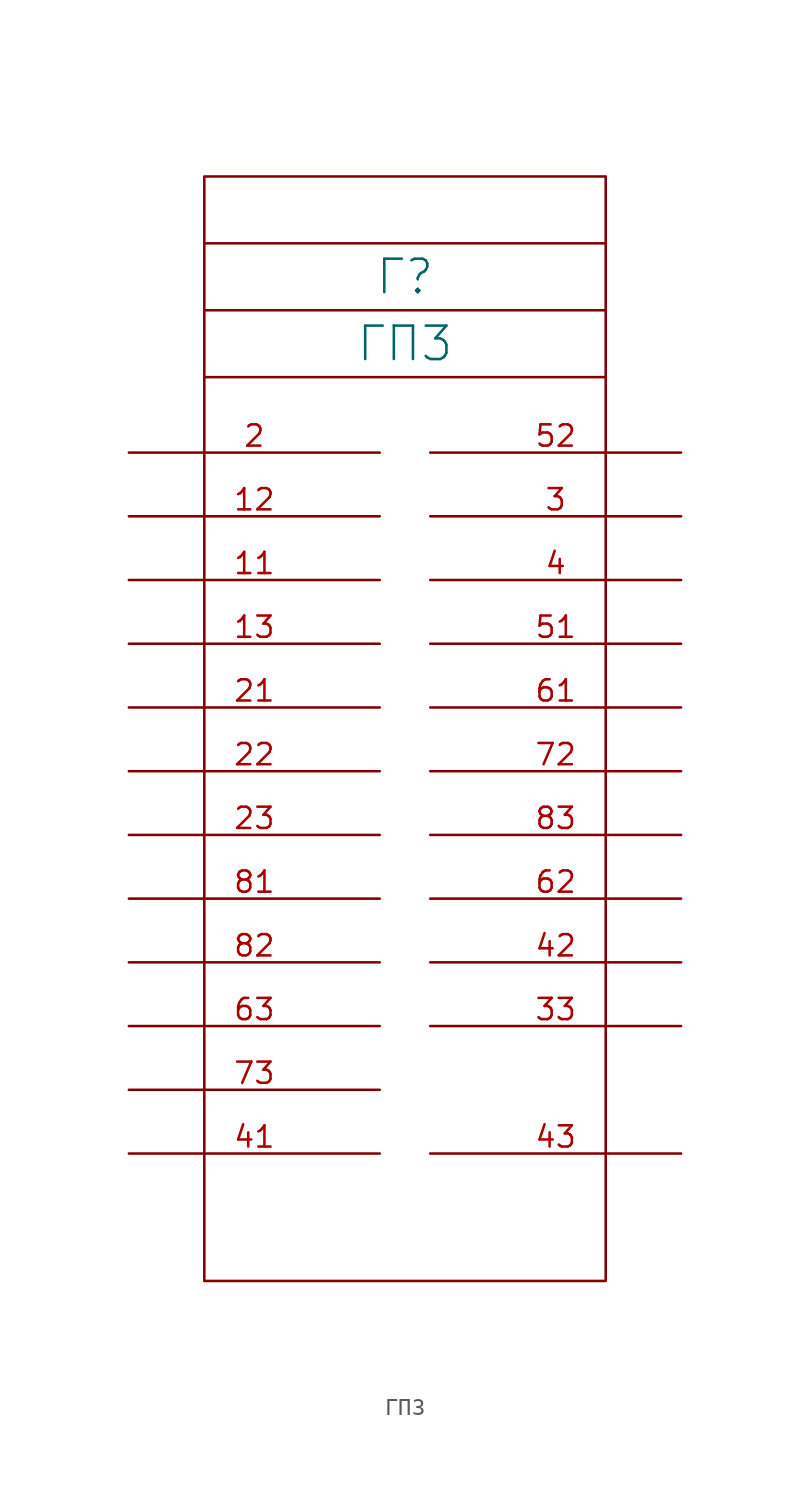
<source format=kicad_sym>
(kicad_symbol_lib
  (version 20231120)
  (generator "kicad_symbol_editor")
  (generator_version "8.0")
  (symbol "ГП3"
    (pin_names
      (offset 0) hide)
    (property "Reference" "Г"
      (at 0 10.51 0)
      (do_not_autoplace)
      (effects (font (size 2 2))))
    (property "Value" "ГП3"
      (at 0 6.51 0)
      (do_not_autoplace)
      (effects (font (size 2 2))))
    (symbol "ГП3_0_1"
      (rectangle (start -12 16.51) (end 12 -49.53) (stroke (width 0) (type default)) (fill (type none)))
      (polyline (pts (xy 12 4.51) (xy -12 4.51)) (stroke (width 0) (type default)) (fill (type none)))
      (polyline (pts (xy 12 8.51) (xy -12 8.51)) (stroke (width 0) (type default)) (fill (type none)))
      (polyline (pts (xy 12 12.51) (xy -12 12.51)) (stroke (width 0) (type default)) (fill (type none))))
    (symbol "ГП3_1_1"
      (pin bidirectional line (at -16.51 -7.62 0) (length 15) (name "" (effects (font (size 1.27 1.27)))) (number "11" (effects (font (size 1.27 1.27)))))
      (pin bidirectional line (at -16.51 -3.81 0) (length 15) (name "" (effects (font (size 1.27 1.27)))) (number "12" (effects (font (size 1.27 1.27)))))
      (pin bidirectional line (at -16.51 -11.43 0) (length 15) (name "" (effects (font (size 1.27 1.27)))) (number "13" (effects (font (size 1.27 1.27)))))
      (pin bidirectional line (at -16.51 0 0) (length 15) (name "" (effects (font (size 1.27 1.27)))) (number "2" (effects (font (size 1.27 1.27)))))
      (pin bidirectional line (at -16.51 -15.24 0) (length 15) (name "" (effects (font (size 1.27 1.27)))) (number "21" (effects (font (size 1.27 1.27)))))
      (pin bidirectional line (at -16.51 -19.05 0) (length 15) (name "" (effects (font (size 1.27 1.27)))) (number "22" (effects (font (size 1.27 1.27)))))
      (pin bidirectional line (at -16.51 -22.86 0) (length 15) (name "" (effects (font (size 1.27 1.27)))) (number "23" (effects (font (size 1.27 1.27)))))
      (pin bidirectional line (at 16.51 -3.81 180) (length 15) (name "" (effects (font (size 1.27 1.27)))) (number "3" (effects (font (size 1.27 1.27)))))
      (pin bidirectional line (at 16.51 -34.29 180) (length 15) (name "" (effects (font (size 1.27 1.27)))) (number "33" (effects (font (size 1.27 1.27)))))
      (pin bidirectional line (at 16.51 -7.62 180) (length 15) (name "" (effects (font (size 1.27 1.27)))) (number "4" (effects (font (size 1.27 1.27)))))
      (pin bidirectional line (at -16.51 -41.91 0) (length 15) (name "" (effects (font (size 1.27 1.27)))) (number "41" (effects (font (size 1.27 1.27)))))
      (pin bidirectional line (at 16.51 -30.48 180) (length 15) (name "" (effects (font (size 1.27 1.27)))) (number "42" (effects (font (size 1.27 1.27)))))
      (pin bidirectional line (at 16.51 -41.91 180) (length 15) (name "" (effects (font (size 1.27 1.27)))) (number "43" (effects (font (size 1.27 1.27)))))
      (pin bidirectional line (at 16.51 -11.43 180) (length 15) (name "" (effects (font (size 1.27 1.27)))) (number "51" (effects (font (size 1.27 1.27)))))
      (pin bidirectional line (at 16.51 0 180) (length 15) (name "" (effects (font (size 1.27 1.27)))) (number "52" (effects (font (size 1.27 1.27)))))
      (pin bidirectional line (at 16.51 -15.24 180) (length 15) (name "" (effects (font (size 1.27 1.27)))) (number "61" (effects (font (size 1.27 1.27)))))
      (pin bidirectional line (at 16.51 -26.67 180) (length 15) (name "" (effects (font (size 1.27 1.27)))) (number "62" (effects (font (size 1.27 1.27)))))
      (pin bidirectional line (at -16.51 -34.29 0) (length 15) (name "" (effects (font (size 1.27 1.27)))) (number "63" (effects (font (size 1.27 1.27)))))
      (pin bidirectional line (at 16.51 -19.05 180) (length 15) (name "" (effects (font (size 1.27 1.27)))) (number "72" (effects (font (size 1.27 1.27)))))
      (pin bidirectional line (at -16.51 -38.1 0) (length 15) (name "" (effects (font (size 1.27 1.27)))) (number "73" (effects (font (size 1.27 1.27)))))
      (pin bidirectional line (at -16.51 -26.67 0) (length 15) (name "" (effects (font (size 1.27 1.27)))) (number "81" (effects (font (size 1.27 1.27)))))
      (pin bidirectional line (at -16.51 -30.48 0) (length 15) (name "" (effects (font (size 1.27 1.27)))) (number "82" (effects (font (size 1.27 1.27)))))
      (pin bidirectional line (at 16.51 -22.86 180) (length 15) (name "" (effects (font (size 1.27 1.27)))) (number "83" (effects (font (size 1.27 1.27))))))))
</source>
